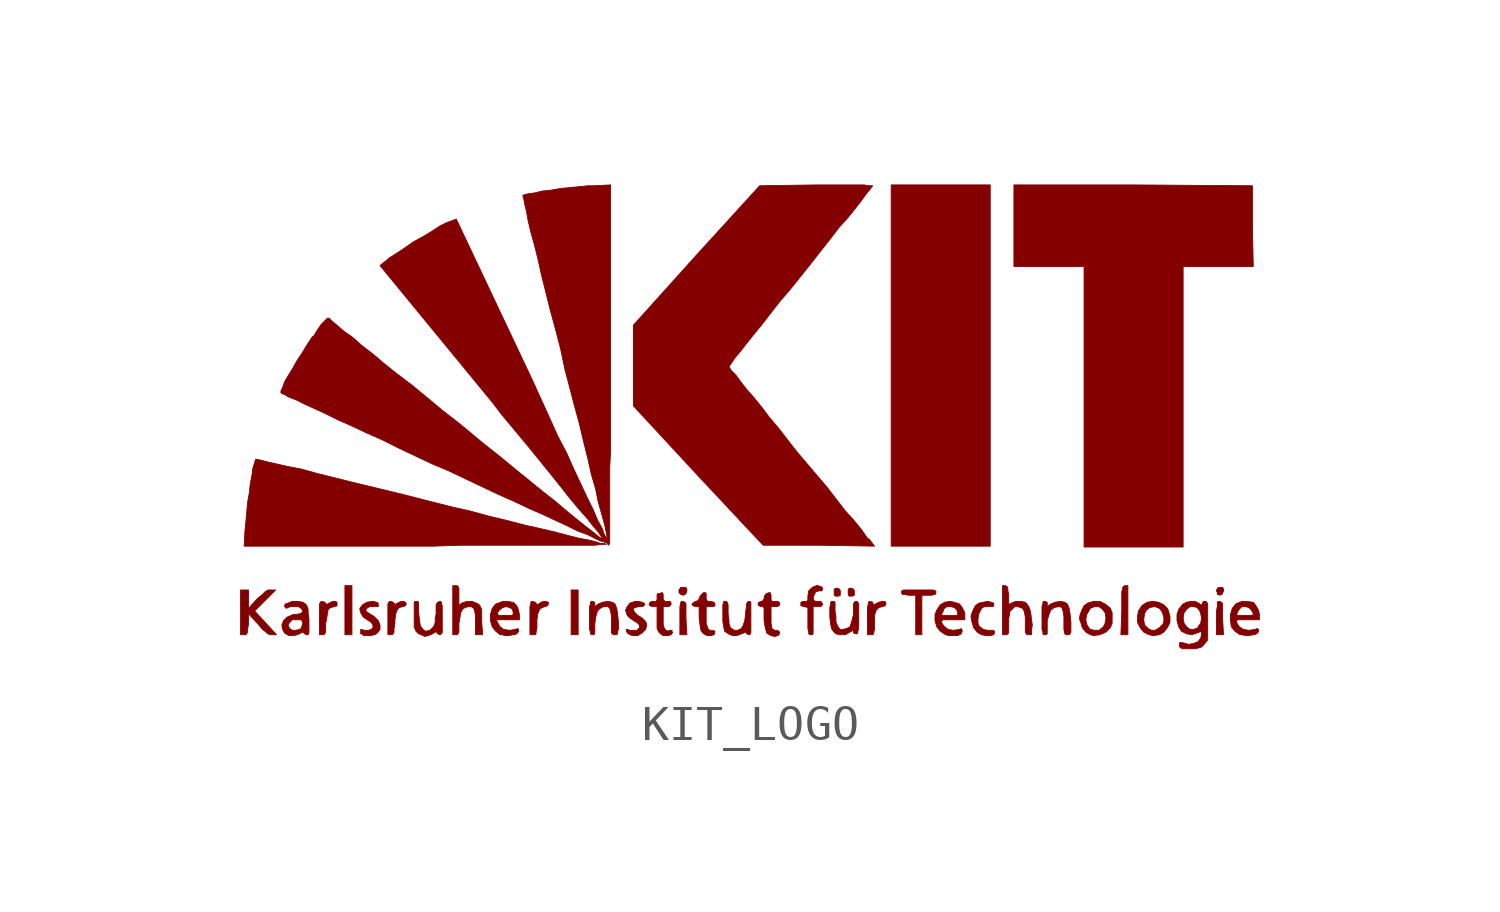
<source format=kicad_sym>
(kicad_symbol_lib
  (version 20220914)
  (generator kicad_symbol_editor)
  (symbol "KIT_LOGO"
    (pin_names
      (offset 1.016))
    (property "Reference" "G1"
      (at 0 -6.706 0)
      (effects (font (size 1.524 1.524)) hide))
    (symbol "KIT_LOGO_0_0"
      (polyline (pts (xy -11.557 -4.877) (xy -11.76 -4.877) (xy -11.76 -6.299) (xy -11.557 -6.299) (xy -11.557 -4.877)) (stroke (width 0.025) (type default)) (fill (type outline)))
      (polyline (pts (xy -5.004 -5.004) (xy -5.207 -5.004) (xy -5.207 -6.299) (xy -5.004 -6.299) (xy -5.004 -5.004)) (stroke (width 0.025) (type default)) (fill (type outline)))
      (polyline (pts (xy 6.934 6.731) (xy 4.064 6.731) (xy 4.064 -3.734) (xy 6.934 -3.734) (xy 6.934 6.731)) (stroke (width 0.025) (type default)) (fill (type outline)))
      (polyline (pts (xy 2.591 -5.156) (xy 2.591 -5.029) (xy 2.565 -4.978) (xy 2.515 -4.953) (xy 2.464 -4.953) (xy 2.413 -4.978) (xy 2.413 -5.131) (xy 2.438 -5.182) (xy 2.54 -5.182) (xy 2.591 -5.156)) (stroke (width 0.025) (type default)) (fill (type outline)))
      (polyline (pts (xy 2.997 -5.156) (xy 2.997 -5.029) (xy 2.972 -4.978) (xy 2.921 -4.953) (xy 2.87 -4.953) (xy 2.819 -4.978) (xy 2.819 -5.131) (xy 2.845 -5.182) (xy 2.946 -5.182) (xy 2.997 -5.156)) (stroke (width 0.025) (type default)) (fill (type outline)))
      (polyline (pts (xy -1.905 -5.131) (xy -1.88 -5.105) (xy -1.854 -5.029) (xy -1.854 -4.978) (xy -1.88 -4.928) (xy -2.032 -4.928) (xy -2.083 -5.004) (xy -2.083 -5.08) (xy -2.032 -5.131) (xy -1.956 -5.156) (xy -1.905 -5.131)) (stroke (width 0.025) (type default)) (fill (type outline)))
      (polyline (pts (xy 10.922 -4.877) (xy 10.82 -4.877) (xy 10.82 -4.902) (xy 10.795 -4.902) (xy 10.77 -4.928) (xy 10.77 -4.978) (xy 10.744 -5.055) (xy 10.744 -5.613) (xy 10.719 -6.299) (xy 10.922 -6.299) (xy 10.922 -4.877)) (stroke (width 0.025) (type default)) (fill (type outline)))
      (polyline (pts (xy 12.522 4.369) (xy 14.554 4.369) (xy 14.529 5.537) (xy 14.529 6.706) (xy 11.074 6.731) (xy 7.62 6.731) (xy 7.62 4.369) (xy 9.652 4.369) (xy 9.652 -3.759) (xy 12.522 -3.759) (xy 12.522 4.369)) (stroke (width 0.025) (type default)) (fill (type outline)))
      (polyline (pts (xy -1.88 -5.817) (xy -1.88 -5.41) (xy -1.905 -5.359) (xy -1.93 -5.359) (xy -1.956 -5.334) (xy -2.007 -5.334) (xy -2.032 -5.359) (xy -2.032 -5.385) (xy -2.057 -5.486) (xy -2.057 -6.299) (xy -1.854 -6.299) (xy -1.88 -5.817)) (stroke (width 0.025) (type default)) (fill (type outline)))
      (polyline (pts (xy 13.64 -5.131) (xy 13.665 -5.105) (xy 13.691 -5.029) (xy 13.691 -4.978) (xy 13.665 -4.928) (xy 13.564 -4.928) (xy 13.513 -4.953) (xy 13.487 -5.029) (xy 13.513 -5.08) (xy 13.513 -5.131) (xy 13.589 -5.156) (xy 13.64 -5.131)) (stroke (width 0.025) (type default)) (fill (type outline)))
      (polyline (pts (xy 13.665 -5.817) (xy 13.665 -5.41) (xy 13.64 -5.359) (xy 13.614 -5.359) (xy 13.589 -5.334) (xy 13.538 -5.334) (xy 13.513 -5.359) (xy 13.513 -5.486) (xy 13.487 -5.613) (xy 13.487 -6.299) (xy 13.691 -6.299) (xy 13.665 -5.817)) (stroke (width 0.025) (type default)) (fill (type outline)))
      (polyline (pts (xy 4.953 -5.156) (xy 5.232 -5.156) (xy 5.334 -5.131) (xy 5.359 -5.105) (xy 5.359 -5.029) (xy 5.334 -5.029) (xy 5.283 -5.004) (xy 4.42 -5.004) (xy 4.394 -5.029) (xy 4.369 -5.029) (xy 4.369 -5.105) (xy 4.394 -5.131) (xy 4.445 -5.131) (xy 4.572 -5.156) (xy 4.775 -5.156) (xy 4.775 -6.299) (xy 4.953 -6.299) (xy 4.953 -5.156)) (stroke (width 0.025) (type default)) (fill (type outline)))
      (polyline (pts (xy -12.344 -6.274) (xy -12.319 -6.223) (xy -12.319 -5.969) (xy -12.294 -5.867) (xy -12.268 -5.69) (xy -12.243 -5.563) (xy -12.167 -5.512) (xy -12.065 -5.486) (xy -11.989 -5.461) (xy -11.989 -5.359) (xy -12.04 -5.334) (xy -12.116 -5.334) (xy -12.268 -5.41) (xy -12.294 -5.436) (xy -12.319 -5.385) (xy -12.344 -5.359) (xy -12.421 -5.334) (xy -12.446 -5.334) (xy -12.471 -5.359) (xy -12.497 -5.41) (xy -12.497 -6.299) (xy -12.37 -6.299) (xy -12.344 -6.274)) (stroke (width 0.025) (type default)) (fill (type outline)))
      (polyline (pts (xy -14.605 -6.274) (xy -14.58 -6.223) (xy -14.58 -6.147) (xy -14.554 -5.994) (xy -14.554 -5.69) (xy -14.275 -5.994) (xy -14.148 -6.147) (xy -14.046 -6.223) (xy -13.995 -6.274) (xy -13.919 -6.299) (xy -13.741 -6.299) (xy -14.046 -5.969) (xy -14.376 -5.613) (xy -13.767 -5.004) (xy -13.995 -5.004) (xy -14.072 -5.055) (xy -14.148 -5.131) (xy -14.3 -5.258) (xy -14.554 -5.537) (xy -14.554 -5.004) (xy -14.783 -5.004) (xy -14.783 -6.299) (xy -14.63 -6.299) (xy -14.605 -6.274)) (stroke (width 0.025) (type default)) (fill (type outline)))
      (polyline (pts (xy 3.556 -6.274) (xy 3.556 -6.248) (xy 3.581 -6.147) (xy 3.581 -5.74) (xy 3.632 -5.588) (xy 3.708 -5.512) (xy 3.81 -5.486) (xy 3.886 -5.461) (xy 3.912 -5.41) (xy 3.912 -5.385) (xy 3.886 -5.334) (xy 3.81 -5.334) (xy 3.708 -5.359) (xy 3.556 -5.436) (xy 3.531 -5.385) (xy 3.531 -5.359) (xy 3.454 -5.334) (xy 3.429 -5.334) (xy 3.404 -5.359) (xy 3.404 -5.41) (xy 3.378 -5.486) (xy 3.378 -6.299) (xy 3.531 -6.299) (xy 3.556 -6.274)) (stroke (width 0.025) (type default)) (fill (type outline)))
      (polyline (pts (xy -10.363 -6.274) (xy -10.338 -6.223) (xy -10.338 -6.121) (xy -10.312 -5.969) (xy -10.312 -5.867) (xy -10.287 -5.69) (xy -10.236 -5.563) (xy -10.185 -5.512) (xy -10.084 -5.486) (xy -10.008 -5.461) (xy -9.982 -5.41) (xy -10.008 -5.359) (xy -10.058 -5.334) (xy -10.135 -5.334) (xy -10.287 -5.41) (xy -10.312 -5.436) (xy -10.338 -5.385) (xy -10.363 -5.359) (xy -10.439 -5.334) (xy -10.465 -5.334) (xy -10.49 -5.359) (xy -10.516 -5.41) (xy -10.516 -6.299) (xy -10.389 -6.299) (xy -10.363 -6.274)) (stroke (width 0.025) (type default)) (fill (type outline)))
      (polyline (pts (xy -6.223 -6.274) (xy -6.223 -6.223) (xy -6.198 -6.121) (xy -6.198 -5.867) (xy -6.172 -5.69) (xy -6.121 -5.563) (xy -6.045 -5.512) (xy -5.893 -5.461) (xy -5.867 -5.41) (xy -5.867 -5.359) (xy -5.944 -5.334) (xy -6.02 -5.334) (xy -6.121 -5.385) (xy -6.147 -5.41) (xy -6.198 -5.436) (xy -6.223 -5.385) (xy -6.248 -5.359) (xy -6.325 -5.334) (xy -6.35 -5.334) (xy -6.375 -5.359) (xy -6.375 -5.41) (xy -6.401 -5.486) (xy -6.401 -6.299) (xy -6.248 -6.299) (xy -6.223 -6.274)) (stroke (width 0.025) (type default)) (fill (type outline)))
      (polyline (pts (xy 7.036 -6.299) (xy 7.061 -6.223) (xy 7.061 -6.198) (xy 7.01 -6.172) (xy 6.858 -6.172) (xy 6.731 -6.147) (xy 6.604 -6.045) (xy 6.579 -5.969) (xy 6.579 -5.842) (xy 6.604 -5.69) (xy 6.655 -5.588) (xy 6.706 -5.512) (xy 6.782 -5.486) (xy 7.01 -5.486) (xy 7.036 -5.461) (xy 7.036 -5.385) (xy 6.96 -5.359) (xy 6.858 -5.334) (xy 6.604 -5.385) (xy 6.502 -5.461) (xy 6.426 -5.613) (xy 6.375 -5.766) (xy 6.401 -5.918) (xy 6.452 -6.096) (xy 6.553 -6.223) (xy 6.68 -6.299) (xy 6.807 -6.325) (xy 6.934 -6.325) (xy 7.036 -6.299)) (stroke (width 0.025) (type default)) (fill (type outline)))
      (polyline (pts (xy -8.484 -6.274) (xy -8.458 -6.223) (xy -8.458 -5.969) (xy -8.433 -5.842) (xy -8.407 -5.664) (xy -8.357 -5.563) (xy -8.28 -5.512) (xy -8.179 -5.486) (xy -8.103 -5.486) (xy -8.026 -5.537) (xy -8.001 -5.613) (xy -7.976 -5.766) (xy -7.976 -6.299) (xy -7.772 -6.299) (xy -7.798 -5.918) (xy -7.798 -5.588) (xy -7.823 -5.512) (xy -7.849 -5.461) (xy -7.899 -5.41) (xy -7.95 -5.385) (xy -8.077 -5.334) (xy -8.23 -5.334) (xy -8.382 -5.385) (xy -8.458 -5.461) (xy -8.458 -4.953) (xy -8.484 -4.902) (xy -8.509 -4.877) (xy -8.636 -4.877) (xy -8.636 -6.299) (xy -8.509 -6.299) (xy -8.484 -6.274)) (stroke (width 0.025) (type default)) (fill (type outline)))
      (polyline (pts (xy 1.803 -6.274) (xy 1.803 -5.486) (xy 2.007 -5.486) (xy 2.057 -5.461) (xy 2.083 -5.41) (xy 2.057 -5.385) (xy 2.032 -5.334) (xy 1.88 -5.334) (xy 1.829 -5.309) (xy 1.803 -5.258) (xy 1.829 -5.156) (xy 1.88 -5.055) (xy 1.981 -5.029) (xy 2.057 -5.029) (xy 2.083 -4.953) (xy 2.032 -4.902) (xy 1.93 -4.877) (xy 1.905 -4.877) (xy 1.778 -4.928) (xy 1.676 -5.029) (xy 1.651 -5.182) (xy 1.651 -5.283) (xy 1.626 -5.334) (xy 1.524 -5.334) (xy 1.448 -5.359) (xy 1.448 -5.461) (xy 1.651 -5.512) (xy 1.651 -6.121) (xy 1.676 -6.223) (xy 1.676 -6.274) (xy 1.702 -6.299) (xy 1.778 -6.299) (xy 1.803 -6.274)) (stroke (width 0.025) (type default)) (fill (type outline)))
      (polyline (pts (xy -10.897 -6.299) (xy -10.82 -6.248) (xy -10.744 -6.147) (xy -10.744 -6.02) (xy -10.795 -5.893) (xy -10.922 -5.766) (xy -11.049 -5.69) (xy -11.125 -5.639) (xy -11.151 -5.613) (xy -11.151 -5.563) (xy -11.125 -5.537) (xy -11.049 -5.486) (xy -10.795 -5.486) (xy -10.795 -5.385) (xy -10.846 -5.359) (xy -10.947 -5.334) (xy -10.973 -5.334) (xy -11.125 -5.359) (xy -11.252 -5.436) (xy -11.328 -5.537) (xy -11.328 -5.563) (xy -11.303 -5.664) (xy -11.227 -5.791) (xy -10.998 -5.944) (xy -10.947 -6.02) (xy -10.947 -6.096) (xy -10.998 -6.147) (xy -11.074 -6.172) (xy -11.201 -6.172) (xy -11.278 -6.147) (xy -11.303 -6.147) (xy -11.303 -6.274) (xy -11.227 -6.299) (xy -11.227 -6.325) (xy -11.024 -6.325) (xy -10.897 -6.299)) (stroke (width 0.025) (type default)) (fill (type outline)))
      (polyline (pts (xy 7.468 -6.248) (xy 7.468 -5.842) (xy 7.493 -5.715) (xy 7.493 -5.639) (xy 7.645 -5.486) (xy 7.747 -5.486) (xy 7.798 -5.512) (xy 7.874 -5.537) (xy 7.925 -5.639) (xy 7.95 -5.791) (xy 7.95 -6.223) (xy 7.976 -6.274) (xy 8.001 -6.299) (xy 8.128 -6.299) (xy 8.128 -6.172) (xy 8.153 -6.02) (xy 8.128 -5.842) (xy 8.103 -5.639) (xy 8.052 -5.486) (xy 7.976 -5.385) (xy 7.95 -5.359) (xy 7.823 -5.334) (xy 7.671 -5.334) (xy 7.544 -5.385) (xy 7.518 -5.41) (xy 7.493 -5.41) (xy 7.468 -5.385) (xy 7.468 -5.131) (xy 7.442 -5.004) (xy 7.442 -4.928) (xy 7.417 -4.902) (xy 7.366 -4.877) (xy 7.29 -4.877) (xy 7.29 -6.299) (xy 7.417 -6.299) (xy 7.468 -6.248)) (stroke (width 0.025) (type default)) (fill (type outline)))
      (polyline (pts (xy -4.521 -6.248) (xy -4.521 -5.994) (xy -4.496 -5.791) (xy -4.445 -5.613) (xy -4.369 -5.537) (xy -4.267 -5.486) (xy -4.14 -5.486) (xy -4.089 -5.537) (xy -4.064 -5.613) (xy -4.039 -5.766) (xy -4.039 -6.248) (xy -3.988 -6.299) (xy -3.886 -6.299) (xy -3.861 -6.274) (xy -3.861 -6.223) (xy -3.835 -6.121) (xy -3.835 -5.944) (xy -3.861 -5.69) (xy -3.886 -5.537) (xy -3.937 -5.41) (xy -4.013 -5.359) (xy -4.14 -5.334) (xy -4.293 -5.359) (xy -4.42 -5.41) (xy -4.521 -5.486) (xy -4.521 -5.359) (xy -4.597 -5.334) (xy -4.623 -5.334) (xy -4.648 -5.359) (xy -4.648 -5.41) (xy -4.674 -5.486) (xy -4.674 -6.147) (xy -4.648 -6.223) (xy -4.648 -6.274) (xy -4.623 -6.299) (xy -4.547 -6.299) (xy -4.521 -6.248)) (stroke (width 0.025) (type default)) (fill (type outline)))
      (polyline (pts (xy -1.067 -6.299) (xy -1.041 -6.223) (xy -1.041 -6.198) (xy -1.118 -6.172) (xy -1.194 -6.172) (xy -1.245 -6.121) (xy -1.295 -5.969) (xy -1.295 -5.486) (xy -1.092 -5.486) (xy -1.041 -5.461) (xy -1.041 -5.41) (xy -1.067 -5.359) (xy -1.168 -5.334) (xy -1.245 -5.334) (xy -1.295 -5.283) (xy -1.295 -5.105) (xy -1.321 -5.08) (xy -1.372 -5.08) (xy -1.448 -5.156) (xy -1.499 -5.232) (xy -1.499 -5.258) (xy -1.524 -5.309) (xy -1.6 -5.334) (xy -1.651 -5.359) (xy -1.702 -5.41) (xy -1.702 -5.436) (xy -1.676 -5.461) (xy -1.6 -5.486) (xy -1.499 -5.486) (xy -1.499 -5.817) (xy -1.473 -6.02) (xy -1.448 -6.172) (xy -1.397 -6.248) (xy -1.321 -6.299) (xy -1.27 -6.325) (xy -1.143 -6.325) (xy -1.067 -6.299)) (stroke (width 0.025) (type default)) (fill (type outline)))
      (polyline (pts (xy -3.15 -6.248) (xy -3.048 -6.147) (xy -3.023 -6.045) (xy -3.023 -5.969) (xy -3.073 -5.893) (xy -3.15 -5.817) (xy -3.277 -5.74) (xy -3.378 -5.639) (xy -3.404 -5.563) (xy -3.404 -5.537) (xy -3.353 -5.512) (xy -3.251 -5.486) (xy -3.15 -5.486) (xy -3.099 -5.461) (xy -3.073 -5.41) (xy -3.099 -5.385) (xy -3.15 -5.359) (xy -3.251 -5.334) (xy -3.353 -5.334) (xy -3.505 -5.385) (xy -3.581 -5.486) (xy -3.632 -5.588) (xy -3.581 -5.74) (xy -3.505 -5.817) (xy -3.353 -5.918) (xy -3.302 -5.944) (xy -3.226 -6.02) (xy -3.226 -6.096) (xy -3.302 -6.172) (xy -3.505 -6.172) (xy -3.581 -6.147) (xy -3.607 -6.147) (xy -3.607 -6.198) (xy -3.581 -6.248) (xy -3.505 -6.299) (xy -3.429 -6.325) (xy -3.277 -6.325) (xy -3.15 -6.248)) (stroke (width 0.025) (type default)) (fill (type outline)))
      (polyline (pts (xy -2.311 -6.299) (xy -2.261 -6.223) (xy -2.286 -6.223) (xy -2.286 -6.172) (xy -2.362 -6.172) (xy -2.388 -6.198) (xy -2.464 -6.172) (xy -2.515 -6.096) (xy -2.54 -5.994) (xy -2.54 -5.486) (xy -2.388 -5.486) (xy -2.337 -5.461) (xy -2.311 -5.41) (xy -2.311 -5.385) (xy -2.337 -5.334) (xy -2.489 -5.334) (xy -2.54 -5.283) (xy -2.54 -5.131) (xy -2.565 -5.08) (xy -2.591 -5.08) (xy -2.616 -5.105) (xy -2.692 -5.105) (xy -2.718 -5.131) (xy -2.718 -5.283) (xy -2.743 -5.334) (xy -2.87 -5.334) (xy -2.921 -5.359) (xy -2.946 -5.41) (xy -2.946 -5.436) (xy -2.921 -5.461) (xy -2.845 -5.486) (xy -2.718 -5.486) (xy -2.718 -6.121) (xy -2.667 -6.223) (xy -2.616 -6.274) (xy -2.54 -6.325) (xy -2.388 -6.325) (xy -2.311 -6.299)) (stroke (width 0.025) (type default)) (fill (type outline)))
      (polyline (pts (xy 0.787 -6.325) (xy 0.813 -6.299) (xy 0.838 -6.248) (xy 0.813 -6.198) (xy 0.762 -6.172) (xy 0.686 -6.172) (xy 0.61 -6.121) (xy 0.584 -5.969) (xy 0.584 -5.486) (xy 0.762 -5.486) (xy 0.813 -5.461) (xy 0.838 -5.41) (xy 0.838 -5.385) (xy 0.787 -5.334) (xy 0.61 -5.334) (xy 0.584 -5.283) (xy 0.584 -5.156) (xy 0.559 -5.08) (xy 0.533 -5.08) (xy 0.457 -5.105) (xy 0.406 -5.156) (xy 0.381 -5.232) (xy 0.381 -5.258) (xy 0.356 -5.309) (xy 0.305 -5.334) (xy 0.229 -5.359) (xy 0.203 -5.41) (xy 0.229 -5.461) (xy 0.305 -5.486) (xy 0.356 -5.486) (xy 0.381 -5.537) (xy 0.381 -5.867) (xy 0.406 -6.045) (xy 0.457 -6.248) (xy 0.533 -6.299) (xy 0.584 -6.325) (xy 0.686 -6.35) (xy 0.787 -6.325)) (stroke (width 0.025) (type default)) (fill (type outline)))
      (polyline (pts (xy 8.585 -6.274) (xy 8.585 -5.893) (xy 8.636 -5.715) (xy 8.687 -5.588) (xy 8.788 -5.512) (xy 8.915 -5.486) (xy 8.966 -5.486) (xy 9.017 -5.537) (xy 9.042 -5.613) (xy 9.068 -5.766) (xy 9.068 -6.147) (xy 9.093 -6.248) (xy 9.093 -6.274) (xy 9.119 -6.299) (xy 9.22 -6.299) (xy 9.246 -6.274) (xy 9.271 -6.223) (xy 9.271 -5.944) (xy 9.246 -5.69) (xy 9.22 -5.537) (xy 9.169 -5.41) (xy 9.093 -5.359) (xy 8.966 -5.334) (xy 8.814 -5.359) (xy 8.687 -5.41) (xy 8.585 -5.486) (xy 8.585 -5.359) (xy 8.509 -5.334) (xy 8.484 -5.334) (xy 8.458 -5.359) (xy 8.458 -5.41) (xy 8.433 -5.486) (xy 8.433 -6.147) (xy 8.458 -6.223) (xy 8.458 -6.274) (xy 8.484 -6.299) (xy 8.56 -6.299) (xy 8.585 -6.274)) (stroke (width 0.025) (type default)) (fill (type outline)))
      (polyline (pts (xy -9.347 -6.325) (xy -9.22 -6.274) (xy -9.144 -6.223) (xy -9.093 -6.223) (xy -9.093 -6.248) (xy -9.068 -6.274) (xy -9.017 -6.299) (xy -8.992 -6.299) (xy -8.941 -6.248) (xy -8.941 -5.461) (xy -8.966 -5.385) (xy -8.966 -5.359) (xy -8.992 -5.334) (xy -9.017 -5.334) (xy -9.068 -5.359) (xy -9.093 -5.385) (xy -9.119 -5.436) (xy -9.119 -5.69) (xy -9.144 -5.817) (xy -9.144 -5.944) (xy -9.169 -6.02) (xy -9.195 -6.071) (xy -9.296 -6.172) (xy -9.423 -6.198) (xy -9.5 -6.147) (xy -9.576 -6.045) (xy -9.601 -5.867) (xy -9.627 -5.639) (xy -9.627 -5.359) (xy -9.652 -5.334) (xy -9.728 -5.334) (xy -9.754 -5.359) (xy -9.754 -6.071) (xy -9.703 -6.198) (xy -9.652 -6.248) (xy -9.576 -6.299) (xy -9.55 -6.299) (xy -9.449 -6.35) (xy -9.347 -6.325)) (stroke (width 0.025) (type default)) (fill (type outline)))
      (polyline (pts (xy -8.407 -3.708) (xy -4.521 -3.708) (xy -4.343 -3.683) (xy -4.191 -3.683) (xy -4.242 -3.658) (xy -4.343 -3.658) (xy -4.496 -3.607) (xy -4.699 -3.556) (xy -4.978 -3.505) (xy -5.283 -3.429) (xy -5.664 -3.327) (xy -6.096 -3.226) (xy -6.553 -3.124) (xy -7.036 -2.997) (xy -7.569 -2.87) (xy -8.128 -2.718) (xy -8.687 -2.591) (xy -9.296 -2.438) (xy -10.084 -2.235) (xy -10.82 -2.057) (xy -11.455 -1.905) (xy -12.573 -1.626) (xy -13.03 -1.499) (xy -13.437 -1.422) (xy -13.767 -1.346) (xy -13.995 -1.295) (xy -14.3 -1.219) (xy -14.351 -1.219) (xy -14.376 -1.321) (xy -14.427 -1.473) (xy -14.453 -1.676) (xy -14.503 -1.93) (xy -14.529 -2.184) (xy -14.58 -2.464) (xy -14.63 -3.023) (xy -14.656 -3.277) (xy -14.681 -3.734) (xy -9.195 -3.734) (xy -8.407 -3.708)) (stroke (width 0.025) (type default)) (fill (type outline)))
      (polyline (pts (xy 2.87 -6.223) (xy 2.972 -6.172) (xy 2.972 -6.248) (xy 3.048 -6.274) (xy 3.073 -6.274) (xy 3.099 -6.248) (xy 3.099 -6.198) (xy 3.124 -6.121) (xy 3.124 -5.41) (xy 3.099 -5.359) (xy 3.073 -5.334) (xy 3.023 -5.334) (xy 2.997 -5.359) (xy 2.972 -5.41) (xy 2.972 -5.715) (xy 2.921 -5.918) (xy 2.87 -6.071) (xy 2.769 -6.121) (xy 2.667 -6.147) (xy 2.591 -6.147) (xy 2.54 -6.096) (xy 2.489 -5.994) (xy 2.464 -5.918) (xy 2.464 -5.766) (xy 2.438 -5.613) (xy 2.438 -5.359) (xy 2.413 -5.334) (xy 2.337 -5.334) (xy 2.311 -5.359) (xy 2.311 -5.41) (xy 2.286 -5.512) (xy 2.286 -5.791) (xy 2.311 -5.994) (xy 2.337 -6.121) (xy 2.388 -6.198) (xy 2.464 -6.274) (xy 2.591 -6.299) (xy 2.743 -6.299) (xy 2.87 -6.223)) (stroke (width 0.025) (type default)) (fill (type outline)))
      (polyline (pts (xy -0.279 -6.274) (xy -0.203 -6.248) (xy -0.152 -6.223) (xy -0.127 -6.248) (xy -0.127 -6.274) (xy -0.051 -6.299) (xy -0.025 -6.299) (xy -0.025 -6.274) (xy 0 -6.248) (xy 0 -5.359) (xy -0.025 -5.334) (xy -0.076 -5.334) (xy -0.102 -5.359) (xy -0.127 -5.41) (xy -0.127 -5.486) (xy -0.152 -5.639) (xy -0.152 -5.69) (xy -0.178 -5.893) (xy -0.229 -6.045) (xy -0.279 -6.121) (xy -0.381 -6.172) (xy -0.483 -6.172) (xy -0.559 -6.121) (xy -0.584 -6.121) (xy -0.635 -5.969) (xy -0.635 -5.867) (xy -0.66 -5.69) (xy -0.66 -5.436) (xy -0.686 -5.359) (xy -0.711 -5.334) (xy -0.787 -5.334) (xy -0.787 -5.359) (xy -0.813 -5.436) (xy -0.813 -5.918) (xy -0.787 -6.071) (xy -0.762 -6.198) (xy -0.61 -6.299) (xy -0.508 -6.325) (xy -0.406 -6.325) (xy -0.279 -6.274)) (stroke (width 0.025) (type default)) (fill (type outline)))
      (polyline (pts (xy 10.109 -6.299) (xy 10.287 -6.223) (xy 10.414 -6.096) (xy 10.465 -5.969) (xy 10.465 -5.664) (xy 10.414 -5.537) (xy 10.389 -5.512) (xy 10.262 -5.41) (xy 10.109 -5.334) (xy 9.931 -5.334) (xy 9.754 -5.385) (xy 9.652 -5.461) (xy 9.576 -5.613) (xy 9.525 -5.766) (xy 9.525 -5.867) (xy 9.703 -5.867) (xy 9.728 -5.715) (xy 9.804 -5.588) (xy 9.83 -5.537) (xy 9.957 -5.486) (xy 10.084 -5.486) (xy 10.185 -5.563) (xy 10.262 -5.664) (xy 10.287 -5.817) (xy 10.262 -5.969) (xy 10.211 -6.071) (xy 10.185 -6.096) (xy 10.084 -6.172) (xy 9.957 -6.172) (xy 9.83 -6.147) (xy 9.754 -6.045) (xy 9.728 -5.994) (xy 9.703 -5.867) (xy 9.525 -5.867) (xy 9.55 -5.918) (xy 9.601 -6.096) (xy 9.703 -6.223) (xy 9.83 -6.299) (xy 9.931 -6.325) (xy 10.109 -6.299)) (stroke (width 0.025) (type default)) (fill (type outline)))
      (polyline (pts (xy 11.836 -6.299) (xy 11.963 -6.223) (xy 12.065 -6.096) (xy 12.141 -5.944) (xy 12.141 -5.766) (xy 12.09 -5.588) (xy 12.065 -5.537) (xy 11.963 -5.436) (xy 11.811 -5.359) (xy 11.633 -5.334) (xy 11.481 -5.359) (xy 11.354 -5.436) (xy 11.328 -5.461) (xy 11.227 -5.613) (xy 11.201 -5.766) (xy 11.201 -5.867) (xy 11.379 -5.867) (xy 11.405 -5.69) (xy 11.455 -5.588) (xy 11.557 -5.512) (xy 11.684 -5.486) (xy 11.709 -5.486) (xy 11.836 -5.537) (xy 11.913 -5.639) (xy 11.963 -5.791) (xy 11.963 -5.918) (xy 11.938 -5.994) (xy 11.836 -6.096) (xy 11.709 -6.172) (xy 11.608 -6.172) (xy 11.506 -6.121) (xy 11.405 -6.02) (xy 11.379 -5.867) (xy 11.201 -5.867) (xy 11.201 -5.944) (xy 11.278 -6.096) (xy 11.379 -6.223) (xy 11.532 -6.299) (xy 11.659 -6.325) (xy 11.836 -6.299)) (stroke (width 0.025) (type default)) (fill (type outline)))
      (polyline (pts (xy 6.096 -6.274) (xy 6.096 -6.248) (xy 6.121 -6.198) (xy 6.121 -6.172) (xy 6.096 -6.121) (xy 6.045 -6.147) (xy 5.867 -6.172) (xy 5.715 -6.147) (xy 5.613 -6.071) (xy 5.588 -6.045) (xy 5.537 -5.969) (xy 5.512 -5.918) (xy 5.563 -5.867) (xy 6.198 -5.867) (xy 6.198 -5.664) (xy 6.121 -5.512) (xy 6.045 -5.41) (xy 5.893 -5.359) (xy 5.766 -5.334) (xy 5.613 -5.359) (xy 5.486 -5.436) (xy 5.385 -5.588) (xy 5.334 -5.715) (xy 5.512 -5.715) (xy 5.563 -5.639) (xy 5.588 -5.563) (xy 5.639 -5.512) (xy 5.69 -5.486) (xy 5.791 -5.486) (xy 5.893 -5.512) (xy 5.969 -5.588) (xy 5.994 -5.69) (xy 5.994 -5.715) (xy 5.969 -5.74) (xy 5.563 -5.74) (xy 5.512 -5.715) (xy 5.334 -5.715) (xy 5.334 -5.893) (xy 5.385 -6.071) (xy 5.486 -6.198) (xy 5.639 -6.299) (xy 5.74 -6.325) (xy 5.994 -6.325) (xy 6.096 -6.274)) (stroke (width 0.025) (type default)) (fill (type outline)))
      (polyline (pts (xy -6.883 -6.299) (xy -6.833 -6.299) (xy -6.756 -6.248) (xy -6.731 -6.198) (xy -6.731 -6.147) (xy -6.756 -6.121) (xy -6.833 -6.147) (xy -6.985 -6.172) (xy -7.163 -6.147) (xy -7.264 -6.071) (xy -7.341 -5.944) (xy -7.366 -5.893) (xy -7.341 -5.867) (xy -6.706 -5.867) (xy -6.706 -5.715) (xy -6.731 -5.588) (xy -6.782 -5.461) (xy -6.883 -5.359) (xy -6.909 -5.359) (xy -7.036 -5.334) (xy -7.188 -5.334) (xy -7.315 -5.385) (xy -7.391 -5.41) (xy -7.493 -5.537) (xy -7.544 -5.715) (xy -7.341 -5.715) (xy -7.341 -5.664) (xy -7.29 -5.588) (xy -7.188 -5.512) (xy -7.087 -5.486) (xy -6.985 -5.512) (xy -6.909 -5.563) (xy -6.883 -5.664) (xy -6.883 -5.69) (xy -6.909 -5.74) (xy -7.29 -5.74) (xy -7.341 -5.715) (xy -7.544 -5.715) (xy -7.544 -5.893) (xy -7.493 -6.071) (xy -7.391 -6.198) (xy -7.264 -6.299) (xy -7.214 -6.299) (xy -7.112 -6.325) (xy -7.01 -6.325) (xy -6.883 -6.299)) (stroke (width 0.025) (type default)) (fill (type outline)))
      (polyline (pts (xy 14.554 -6.299) (xy 14.605 -6.299) (xy 14.681 -6.248) (xy 14.707 -6.198) (xy 14.707 -6.147) (xy 14.656 -6.121) (xy 14.605 -6.147) (xy 14.427 -6.172) (xy 14.275 -6.147) (xy 14.148 -6.071) (xy 14.072 -5.944) (xy 14.072 -5.893) (xy 14.097 -5.867) (xy 14.732 -5.867) (xy 14.732 -5.715) (xy 14.707 -5.588) (xy 14.63 -5.461) (xy 14.554 -5.359) (xy 14.529 -5.359) (xy 14.376 -5.334) (xy 14.224 -5.334) (xy 14.097 -5.385) (xy 14.046 -5.41) (xy 13.945 -5.537) (xy 13.894 -5.715) (xy 14.072 -5.715) (xy 14.097 -5.639) (xy 14.148 -5.563) (xy 14.224 -5.486) (xy 14.326 -5.486) (xy 14.427 -5.512) (xy 14.503 -5.588) (xy 14.554 -5.69) (xy 14.554 -5.715) (xy 14.503 -5.74) (xy 14.097 -5.74) (xy 14.072 -5.715) (xy 13.894 -5.715) (xy 13.894 -5.893) (xy 13.919 -6.071) (xy 14.021 -6.198) (xy 14.173 -6.299) (xy 14.224 -6.299) (xy 14.326 -6.325) (xy 14.427 -6.325) (xy 14.554 -6.299)) (stroke (width 0.025) (type default)) (fill (type outline)))
      (polyline (pts (xy 3.429 -3.531) (xy 3.378 -3.505) (xy 3.2 -3.251) (xy 2.972 -2.972) (xy 2.718 -2.692) (xy 2.21 -2.032) (xy 1.93 -1.702) (xy 1.626 -1.346) (xy 1.346 -1.016) (xy 1.067 -0.66) (xy 0.813 -0.33) (xy 0.533 0) (xy 0.305 0.305) (xy 0.076 0.584) (xy -0.127 0.813) (xy -0.305 1.041) (xy -0.432 1.219) (xy -0.559 1.346) (xy -0.61 1.422) (xy -0.635 1.473) (xy -0.61 1.499) (xy -0.457 1.727) (xy -0.305 1.905) (xy -0.127 2.134) (xy 0.076 2.388) (xy 0.305 2.667) (xy 0.559 2.997) (xy 0.838 3.353) (xy 1.143 3.708) (xy 1.753 4.47) (xy 2.311 5.182) (xy 2.565 5.512) (xy 2.819 5.791) (xy 3.023 6.045) (xy 3.2 6.274) (xy 3.327 6.452) (xy 3.454 6.604) (xy 3.505 6.68) (xy 3.531 6.706) (xy 3.429 6.706) (xy 3.277 6.731) (xy 1.905 6.731) (xy 0.254 6.706) (xy -1.575 4.699) (xy -3.404 2.667) (xy -3.404 0.33) (xy -1.524 -1.702) (xy 0.356 -3.708) (xy 1.981 -3.708) (xy 3.581 -3.734) (xy 3.429 -3.531)) (stroke (width 0.025) (type default)) (fill (type outline)))
      (polyline (pts (xy -13.132 -6.299) (xy -12.979 -6.223) (xy -12.954 -6.198) (xy -12.954 -6.248) (xy -12.929 -6.274) (xy -12.878 -6.299) (xy -12.827 -6.299) (xy -12.802 -6.248) (xy -12.802 -5.842) (xy -12.827 -5.664) (xy -12.827 -5.563) (xy -12.852 -5.486) (xy -12.878 -5.436) (xy -12.903 -5.41) (xy -12.979 -5.359) (xy -13.132 -5.334) (xy -13.284 -5.334) (xy -13.411 -5.385) (xy -13.487 -5.41) (xy -13.513 -5.461) (xy -13.487 -5.512) (xy -13.462 -5.537) (xy -13.411 -5.512) (xy -13.335 -5.486) (xy -13.106 -5.486) (xy -13.03 -5.537) (xy -13.005 -5.563) (xy -12.979 -5.639) (xy -13.056 -5.69) (xy -13.183 -5.715) (xy -13.259 -5.715) (xy -13.437 -5.791) (xy -13.538 -5.893) (xy -13.589 -6.02) (xy -13.411 -6.02) (xy -13.36 -5.944) (xy -13.284 -5.867) (xy -13.03 -5.867) (xy -13.005 -5.893) (xy -12.979 -5.969) (xy -13.03 -6.121) (xy -13.081 -6.147) (xy -13.183 -6.172) (xy -13.284 -6.172) (xy -13.36 -6.121) (xy -13.411 -6.02) (xy -13.589 -6.02) (xy -13.564 -6.147) (xy -13.513 -6.248) (xy -13.386 -6.325) (xy -13.259 -6.325) (xy -13.132 -6.299)) (stroke (width 0.025) (type default)) (fill (type outline)))
      (polyline (pts (xy 12.979 -6.68) (xy 13.056 -6.655) (xy 13.132 -6.579) (xy 13.233 -6.452) (xy 13.233 -5.41) (xy 13.208 -5.359) (xy 13.183 -5.334) (xy 13.106 -5.334) (xy 13.081 -5.385) (xy 13.081 -5.41) (xy 13.056 -5.436) (xy 13.03 -5.436) (xy 12.979 -5.385) (xy 12.954 -5.385) (xy 12.878 -5.334) (xy 12.751 -5.334) (xy 12.624 -5.359) (xy 12.522 -5.41) (xy 12.497 -5.436) (xy 12.395 -5.563) (xy 12.344 -5.715) (xy 12.344 -5.817) (xy 12.522 -5.817) (xy 12.548 -5.664) (xy 12.624 -5.563) (xy 12.725 -5.486) (xy 12.827 -5.486) (xy 12.929 -5.512) (xy 13.005 -5.613) (xy 13.03 -5.69) (xy 13.056 -5.817) (xy 13.03 -5.969) (xy 12.954 -6.071) (xy 12.954 -6.096) (xy 12.827 -6.147) (xy 12.725 -6.147) (xy 12.624 -6.071) (xy 12.548 -5.969) (xy 12.522 -5.817) (xy 12.344 -5.817) (xy 12.344 -5.893) (xy 12.395 -6.071) (xy 12.471 -6.198) (xy 12.624 -6.274) (xy 12.776 -6.299) (xy 12.929 -6.248) (xy 13.056 -6.198) (xy 13.056 -6.299) (xy 13.03 -6.401) (xy 12.954 -6.502) (xy 12.827 -6.553) (xy 12.675 -6.579) (xy 12.497 -6.528) (xy 12.421 -6.528) (xy 12.421 -6.655) (xy 12.497 -6.706) (xy 12.878 -6.706) (xy 12.979 -6.68)) (stroke (width 0.025) (type default)) (fill (type outline)))
      (polyline (pts (xy -4.318 -3.2) (xy -4.445 -2.972) (xy -4.572 -2.667) (xy -4.75 -2.311) (xy -4.928 -1.93) (xy -5.131 -1.499) (xy -5.334 -1.041) (xy -5.588 -0.559) (xy -5.817 -0.051) (xy -6.325 1.067) (xy -8.534 5.74) (xy -8.738 5.664) (xy -8.814 5.639) (xy -9.017 5.537) (xy -9.246 5.385) (xy -9.5 5.232) (xy -9.779 5.08) (xy -10.033 4.902) (xy -10.262 4.75) (xy -10.465 4.623) (xy -10.617 4.496) (xy -10.744 4.394) (xy -7.468 0.406) (xy -7.239 0.102) (xy -6.477 -0.813) (xy -5.817 -1.626) (xy -5.512 -2.007) (xy -5.232 -2.362) (xy -4.978 -2.667) (xy -4.75 -2.921) (xy -4.572 -3.15) (xy -4.42 -3.327) (xy -4.318 -3.48) (xy -4.216 -3.581) (xy -4.242 -3.581) (xy -4.293 -3.531) (xy -4.42 -3.454) (xy -4.572 -3.327) (xy -4.801 -3.15) (xy -5.055 -2.946) (xy -5.334 -2.718) (xy -5.664 -2.438) (xy -6.02 -2.159) (xy -6.833 -1.499) (xy -7.264 -1.143) (xy -7.747 -0.762) (xy -8.204 -0.381) (xy -8.484 -0.152) (xy -8.941 0.203) (xy -9.398 0.584) (xy -9.83 0.94) (xy -10.236 1.245) (xy -10.617 1.549) (xy -10.947 1.829) (xy -11.278 2.083) (xy -11.532 2.311) (xy -11.786 2.489) (xy -11.963 2.642) (xy -12.116 2.769) (xy -12.217 2.87) (xy -12.268 2.87) (xy -12.446 2.692) (xy -12.548 2.54) (xy -12.675 2.337) (xy -12.7 2.337) (xy -12.852 2.108) (xy -13.005 1.854) (xy -13.157 1.626) (xy -13.284 1.397) (xy -13.411 1.194) (xy -13.513 1.016) (xy -13.564 0.864) (xy -13.614 0.762) (xy -13.614 0.711) (xy -13.589 0.686) (xy -13.513 0.66) (xy -13.386 0.584) (xy -13.183 0.508) (xy -12.929 0.381) (xy -12.649 0.254) (xy -12.319 0.102) (xy -11.963 -0.076) (xy -11.557 -0.254) (xy -11.125 -0.457) (xy -10.668 -0.66) (xy -10.211 -0.889) (xy -9.246 -1.346) (xy -8.763 -1.549) (xy -7.315 -2.235) (xy -6.858 -2.438) (xy -6.426 -2.642) (xy -6.02 -2.819) (xy -5.639 -2.997) (xy -5.309 -3.15) (xy -5.004 -3.302) (xy -4.724 -3.404) (xy -4.369 -3.581) (xy -4.267 -3.607) (xy -4.216 -3.632) (xy -4.191 -3.632) (xy -4.115 -3.708) (xy -4.089 -3.632) (xy -4.089 -1.473) (xy -4.064 -0.94) (xy -4.064 6.731) (xy -4.547 6.706) (xy -4.724 6.706) (xy -5.232 6.655) (xy -5.512 6.629) (xy -5.791 6.579) (xy -6.045 6.553) (xy -6.248 6.502) (xy -6.426 6.477) (xy -6.553 6.452) (xy -6.604 6.426) (xy -6.604 6.401) (xy -6.579 6.325) (xy -6.553 6.172) (xy -6.502 5.969) (xy -6.452 5.69) (xy -6.375 5.359) (xy -6.274 5.004) (xy -6.172 4.597) (xy -6.071 4.14) (xy -5.817 3.124) (xy -5.664 2.565) (xy -5.512 1.981) (xy -5.385 1.372) (xy -5.283 0.991) (xy -5.131 0.406) (xy -4.978 -0.152) (xy -4.851 -0.686) (xy -4.724 -1.194) (xy -4.623 -1.651) (xy -4.496 -2.083) (xy -4.42 -2.464) (xy -4.318 -2.819) (xy -4.242 -3.099) (xy -4.191 -3.327) (xy -4.166 -3.48) (xy -4.166 -3.531) (xy -4.242 -3.404) (xy -4.318 -3.2)) (stroke (width 0.025) (type default)) (fill (type outline))))))
</source>
